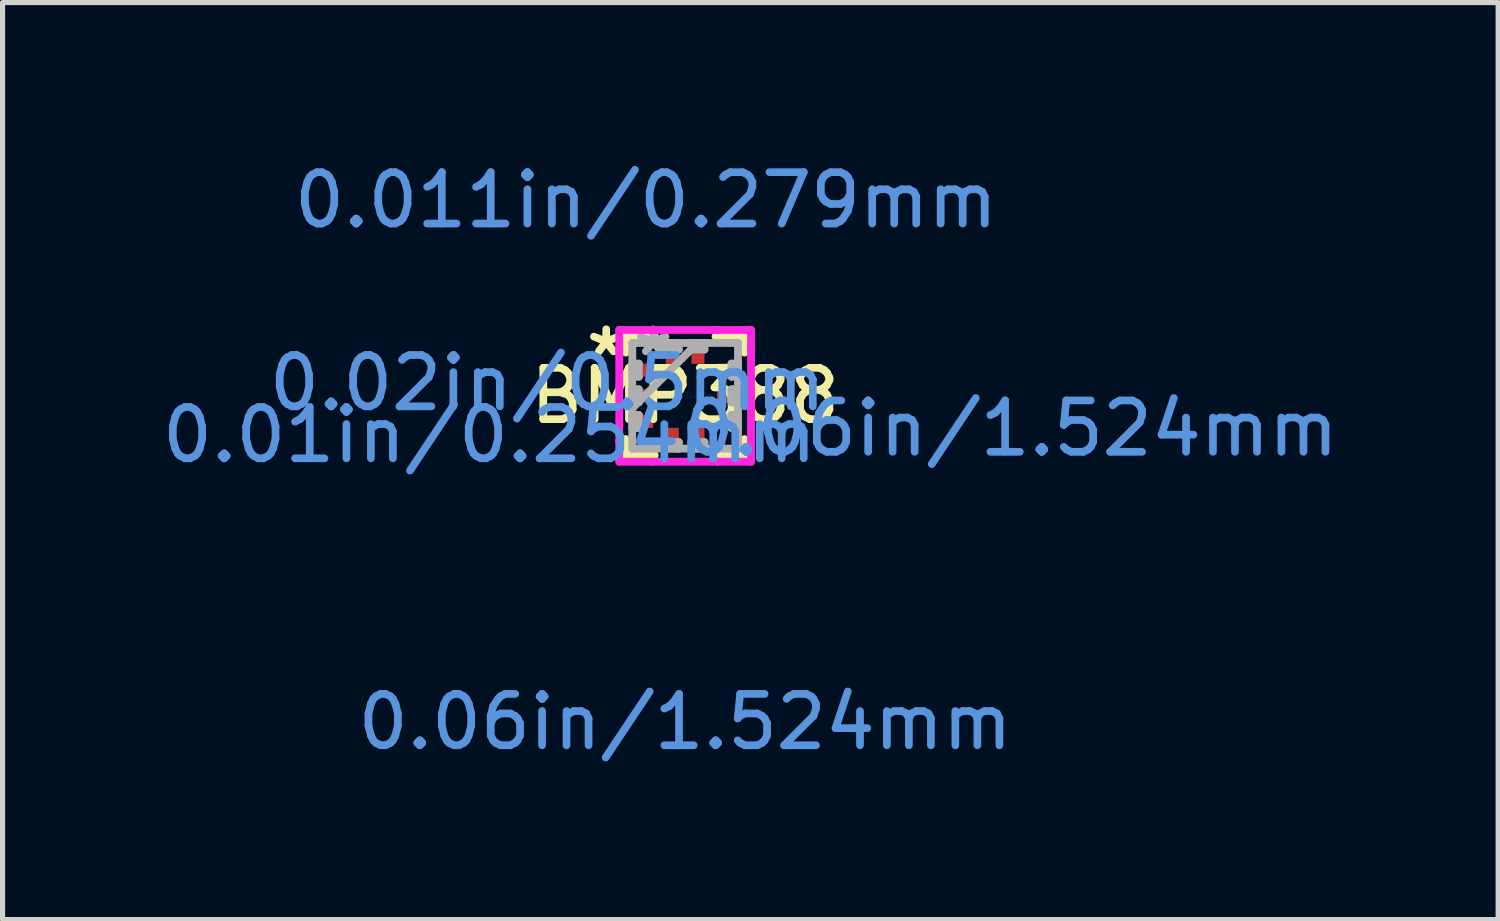
<source format=kicad_pcb>
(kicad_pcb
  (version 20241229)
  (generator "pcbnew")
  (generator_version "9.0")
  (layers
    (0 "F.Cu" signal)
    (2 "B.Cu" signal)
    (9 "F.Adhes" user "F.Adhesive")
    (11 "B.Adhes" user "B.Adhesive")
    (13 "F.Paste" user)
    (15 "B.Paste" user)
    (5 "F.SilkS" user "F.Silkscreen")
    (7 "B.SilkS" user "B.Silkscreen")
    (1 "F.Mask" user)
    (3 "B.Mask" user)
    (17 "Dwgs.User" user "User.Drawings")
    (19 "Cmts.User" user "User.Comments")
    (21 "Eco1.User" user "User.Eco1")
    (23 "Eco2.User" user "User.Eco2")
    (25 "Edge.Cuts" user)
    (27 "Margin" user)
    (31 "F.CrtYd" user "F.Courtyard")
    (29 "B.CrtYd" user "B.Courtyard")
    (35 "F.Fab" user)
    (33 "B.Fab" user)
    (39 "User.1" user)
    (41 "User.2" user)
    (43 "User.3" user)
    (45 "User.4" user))
  (footprint "BMP388"
    (layer "F.Cu")
    (at 10.292 4.658)
    (property "Reference" "BMP388" (at 0 0 0) (layer "F.SilkS") (effects (font (size 1 1) (thickness 0.15))))
    (attr through_hole)
    (fp_line (start -1.156 -1.156) (end -1.156 -0.842) (stroke (width 0.152) (type solid)) (layer "F.SilkS"))
    (fp_line (start -1.156 0.842) (end -1.156 1.156) (stroke (width 0.152) (type solid)) (layer "F.SilkS"))
    (fp_line (start -1.156 1.156) (end -0.592 1.156) (stroke (width 0.152) (type solid)) (layer "F.SilkS"))
    (fp_line (start -0.592 -1.156) (end -1.156 -1.156) (stroke (width 0.152) (type solid)) (layer "F.SilkS"))
    (fp_line (start 0.592 1.156) (end 1.156 1.156) (stroke (width 0.152) (type solid)) (layer "F.SilkS"))
    (fp_line (start 1.156 -1.156) (end 0.592 -1.156) (stroke (width 0.152) (type solid)) (layer "F.SilkS"))
    (fp_line (start 1.156 -0.842) (end 1.156 -1.156) (stroke (width 0.152) (type solid)) (layer "F.SilkS"))
    (fp_line (start 1.156 1.156) (end 1.156 0.842) (stroke (width 0.152) (type solid)) (layer "F.SilkS"))
    (fp_line (start -1.283 -1.283) (end -0.631 -1.283) (stroke (width 0.152) (type solid)) (layer "F.CrtYd"))
    (fp_line (start -1.283 -0.881) (end -1.283 -1.283) (stroke (width 0.152) (type solid)) (layer "F.CrtYd"))
    (fp_line (start -1.283 -0.881) (end -1.283 -0.881) (stroke (width 0.152) (type solid)) (layer "F.CrtYd"))
    (fp_line (start -1.283 0.881) (end -1.283 -0.881) (stroke (width 0.152) (type solid)) (layer "F.CrtYd"))
    (fp_line (start -1.283 0.881) (end -1.283 0.881) (stroke (width 0.152) (type solid)) (layer "F.CrtYd"))
    (fp_line (start -1.283 1.283) (end -1.283 0.881) (stroke (width 0.152) (type solid)) (layer "F.CrtYd"))
    (fp_line (start -0.631 -1.283) (end -0.631 -1.283) (stroke (width 0.152) (type solid)) (layer "F.CrtYd"))
    (fp_line (start -0.631 -1.283) (end 0.631 -1.283) (stroke (width 0.152) (type solid)) (layer "F.CrtYd"))
    (fp_line (start -0.631 1.283) (end -1.283 1.283) (stroke (width 0.152) (type solid)) (layer "F.CrtYd"))
    (fp_line (start -0.631 1.283) (end -0.631 1.283) (stroke (width 0.152) (type solid)) (layer "F.CrtYd"))
    (fp_line (start 0.631 -1.283) (end 0.631 -1.283) (stroke (width 0.152) (type solid)) (layer "F.CrtYd"))
    (fp_line (start 0.631 -1.283) (end 1.283 -1.283) (stroke (width 0.152) (type solid)) (layer "F.CrtYd"))
    (fp_line (start 0.631 1.283) (end -0.631 1.283) (stroke (width 0.152) (type solid)) (layer "F.CrtYd"))
    (fp_line (start 0.631 1.283) (end 0.631 1.283) (stroke (width 0.152) (type solid)) (layer "F.CrtYd"))
    (fp_line (start 1.283 -1.283) (end 1.283 -0.881) (stroke (width 0.152) (type solid)) (layer "F.CrtYd"))
    (fp_line (start 1.283 -0.881) (end 1.283 -0.881) (stroke (width 0.152) (type solid)) (layer "F.CrtYd"))
    (fp_line (start 1.283 -0.881) (end 1.283 0.881) (stroke (width 0.152) (type solid)) (layer "F.CrtYd"))
    (fp_line (start 1.283 0.881) (end 1.283 0.881) (stroke (width 0.152) (type solid)) (layer "F.CrtYd"))
    (fp_line (start 1.283 0.881) (end 1.283 1.283) (stroke (width 0.152) (type solid)) (layer "F.CrtYd"))
    (fp_line (start 1.283 1.283) (end 0.631 1.283) (stroke (width 0.152) (type solid)) (layer "F.CrtYd"))
    (fp_line (start -1.029 -1.029) (end -1.029 -1.029) (stroke (width 0.152) (type solid)) (layer "F.Fab"))
    (fp_line (start -1.029 -1.029) (end -1.029 1.029) (stroke (width 0.152) (type solid)) (layer "F.Fab"))
    (fp_line (start -1.029 -0.627) (end -0.902 -0.627) (stroke (width 0.152) (type solid)) (layer "F.Fab"))
    (fp_line (start -1.029 -0.373) (end -1.029 -0.627) (stroke (width 0.152) (type solid)) (layer "F.Fab"))
    (fp_line (start -1.029 -0.127) (end -0.902 -0.127) (stroke (width 0.152) (type solid)) (layer "F.Fab"))
    (fp_line (start -1.029 0.127) (end -1.029 -0.127) (stroke (width 0.152) (type solid)) (layer "F.Fab"))
    (fp_line (start -1.029 0.241) (end 0.241 -1.029) (stroke (width 0.152) (type solid)) (layer "F.Fab"))
    (fp_line (start -1.029 0.373) (end -0.902 0.373) (stroke (width 0.152) (type solid)) (layer "F.Fab"))
    (fp_line (start -1.029 0.627) (end -1.029 0.373) (stroke (width 0.152) (type solid)) (layer "F.Fab"))
    (fp_line (start -1.029 1.029) (end -1.029 1.029) (stroke (width 0.152) (type solid)) (layer "F.Fab"))
    (fp_line (start -1.029 1.029) (end 1.029 1.029) (stroke (width 0.152) (type solid)) (layer "F.Fab"))
    (fp_line (start -0.902 -0.627) (end -0.902 -0.373) (stroke (width 0.152) (type solid)) (layer "F.Fab"))
    (fp_line (start -0.902 -0.373) (end -1.029 -0.373) (stroke (width 0.152) (type solid)) (layer "F.Fab"))
    (fp_line (start -0.902 -0.127) (end -0.902 0.127) (stroke (width 0.152) (type solid)) (layer "F.Fab"))
    (fp_line (start -0.902 0.127) (end -1.029 0.127) (stroke (width 0.152) (type solid)) (layer "F.Fab"))
    (fp_line (start -0.902 0.373) (end -0.902 0.627) (stroke (width 0.152) (type solid)) (layer "F.Fab"))
    (fp_line (start -0.902 0.627) (end -1.029 0.627) (stroke (width 0.152) (type solid)) (layer "F.Fab"))
    (fp_line (start -0.377 -1.029) (end -0.123 -1.029) (stroke (width 0.152) (type solid)) (layer "F.Fab"))
    (fp_line (start -0.377 -0.902) (end -0.377 -1.029) (stroke (width 0.152) (type solid)) (layer "F.Fab"))
    (fp_line (start -0.377 0.902) (end -0.123 0.902) (stroke (width 0.152) (type solid)) (layer "F.Fab"))
    (fp_line (start -0.377 1.029) (end -0.377 0.902) (stroke (width 0.152) (type solid)) (layer "F.Fab"))
    (fp_line (start -0.123 -1.029) (end -0.123 -0.902) (stroke (width 0.152) (type solid)) (layer "F.Fab"))
    (fp_line (start -0.123 -0.902) (end -0.377 -0.902) (stroke (width 0.152) (type solid)) (layer "F.Fab"))
    (fp_line (start -0.123 0.902) (end -0.123 1.029) (stroke (width 0.152) (type solid)) (layer "F.Fab"))
    (fp_line (start -0.123 1.029) (end -0.377 1.029) (stroke (width 0.152) (type solid)) (layer "F.Fab"))
    (fp_line (start 0.123 -1.029) (end 0.377 -1.029) (stroke (width 0.152) (type solid)) (layer "F.Fab"))
    (fp_line (start 0.123 -0.902) (end 0.123 -1.029) (stroke (width 0.152) (type solid)) (layer "F.Fab"))
    (fp_line (start 0.123 0.902) (end 0.377 0.902) (stroke (width 0.152) (type solid)) (layer "F.Fab"))
    (fp_line (start 0.123 1.029) (end 0.123 0.902) (stroke (width 0.152) (type solid)) (layer "F.Fab"))
    (fp_line (start 0.377 -1.029) (end 0.377 -0.902) (stroke (width 0.152) (type solid)) (layer "F.Fab"))
    (fp_line (start 0.377 -0.902) (end 0.123 -0.902) (stroke (width 0.152) (type solid)) (layer "F.Fab"))
    (fp_line (start 0.377 0.902) (end 0.377 1.029) (stroke (width 0.152) (type solid)) (layer "F.Fab"))
    (fp_line (start 0.377 1.029) (end 0.123 1.029) (stroke (width 0.152) (type solid)) (layer "F.Fab"))
    (fp_line (start 0.902 -0.627) (end 1.029 -0.627) (stroke (width 0.152) (type solid)) (layer "F.Fab"))
    (fp_line (start 0.902 -0.373) (end 0.902 -0.627) (stroke (width 0.152) (type solid)) (layer "F.Fab"))
    (fp_line (start 0.902 -0.127) (end 1.029 -0.127) (stroke (width 0.152) (type solid)) (layer "F.Fab"))
    (fp_line (start 0.902 0.127) (end 0.902 -0.127) (stroke (width 0.152) (type solid)) (layer "F.Fab"))
    (fp_line (start 0.902 0.373) (end 1.029 0.373) (stroke (width 0.152) (type solid)) (layer "F.Fab"))
    (fp_line (start 0.902 0.627) (end 0.902 0.373) (stroke (width 0.152) (type solid)) (layer "F.Fab"))
    (fp_line (start 1.029 -1.029) (end -1.029 -1.029) (stroke (width 0.152) (type solid)) (layer "F.Fab"))
    (fp_line (start 1.029 -1.029) (end 1.029 -1.029) (stroke (width 0.152) (type solid)) (layer "F.Fab"))
    (fp_line (start 1.029 -0.627) (end 1.029 -0.373) (stroke (width 0.152) (type solid)) (layer "F.Fab"))
    (fp_line (start 1.029 -0.373) (end 0.902 -0.373) (stroke (width 0.152) (type solid)) (layer "F.Fab"))
    (fp_line (start 1.029 -0.127) (end 1.029 0.127) (stroke (width 0.152) (type solid)) (layer "F.Fab"))
    (fp_line (start 1.029 0.127) (end 0.902 0.127) (stroke (width 0.152) (type solid)) (layer "F.Fab"))
    (fp_line (start 1.029 0.373) (end 1.029 0.627) (stroke (width 0.152) (type solid)) (layer "F.Fab"))
    (fp_line (start 1.029 0.627) (end 0.902 0.627) (stroke (width 0.152) (type solid)) (layer "F.Fab"))
    (fp_line (start 1.029 1.029) (end 1.029 -1.029) (stroke (width 0.152) (type solid)) (layer "F.Fab"))
    (fp_line (start 1.029 1.029) (end 1.029 1.029) (stroke (width 0.152) (type solid)) (layer "F.Fab"))
    (fp_text user "*" (at -1.537 -0.75 0) (layer "F.SilkS") (effects (font (size 1 1) (thickness 0.15))))
    (fp_text user "0.06in/1.524mm" (at 0 6.35 0) (layer "Cmts.User") (effects (font (size 1 1) (thickness 0.15))))
    (fp_text user "0.01in/0.254mm" (at -3.81 0.762 0) (layer "Cmts.User") (effects (font (size 1 1) (thickness 0.15))))
    (fp_text user "0.011in/0.279mm" (at -0.762 -3.81 0) (layer "Cmts.User") (effects (font (size 1 1) (thickness 0.15))))
    (fp_text user "0.02in/0.5mm" (at -2.68 -0.25 0) (layer "Cmts.User") (effects (font (size 1 1) (thickness 0.15))))
    (fp_text user "0.06in/1.524mm" (at 6.35 0.635 0) (layer "Cmts.User") (effects (font (size 1 1) (thickness 0.15))))
    (fp_text user "Copyright 2016 Accelerated Designs. All rights reserved." (at 0 0 0) (layer "Cmts.User") (effects (font (size 0.127 0.127) (thickness 0.002))))
    (fp_text user "*" (at -0.622 -0.75 0) (layer "F.Fab") (effects (font (size 1 1) (thickness 0.15))))
    (pad "1" smd rect (at 0.25 -0.762) (size 0.254 0.279) (layers "F.Cu" "F.Mask" "F.Paste"))
    (pad "2" smd rect (at -0.25 -0.762) (size 0.254 0.279) (layers "F.Cu" "F.Mask" "F.Paste"))
    (pad "3" smd rect (at -0.762 -0.5 90) (size 0.254 0.279) (layers "F.Cu" "F.Mask" "F.Paste"))
    (pad "4" smd rect (at -0.762 0 90) (size 0.254 0.279) (layers "F.Cu" "F.Mask" "F.Paste"))
    (pad "5" smd rect (at -0.762 0.5 90) (size 0.254 0.279) (layers "F.Cu" "F.Mask" "F.Paste"))
    (pad "6" smd rect (at -0.25 0.762) (size 0.254 0.279) (layers "F.Cu" "F.Mask" "F.Paste"))
    (pad "7" smd rect (at 0.25 0.762) (size 0.254 0.279) (layers "F.Cu" "F.Mask" "F.Paste"))
    (pad "8" smd rect (at 0.762 0.5 90) (size 0.254 0.279) (layers "F.Cu" "F.Mask" "F.Paste"))
    (pad "9" smd rect (at 0.762 0 90) (size 0.254 0.279) (layers "F.Cu" "F.Mask" "F.Paste"))
    (pad "10" smd rect (at 0.762 -0.5 90) (size 0.254 0.279) (layers "F.Cu" "F.Mask" "F.Paste")))
  (gr_rect
    (start -3 -3)
    (end 26.124 14.857)
    (stroke (width 0.1) (type default))
    (fill no)
    (layer "Edge.Cuts")))
</source>
